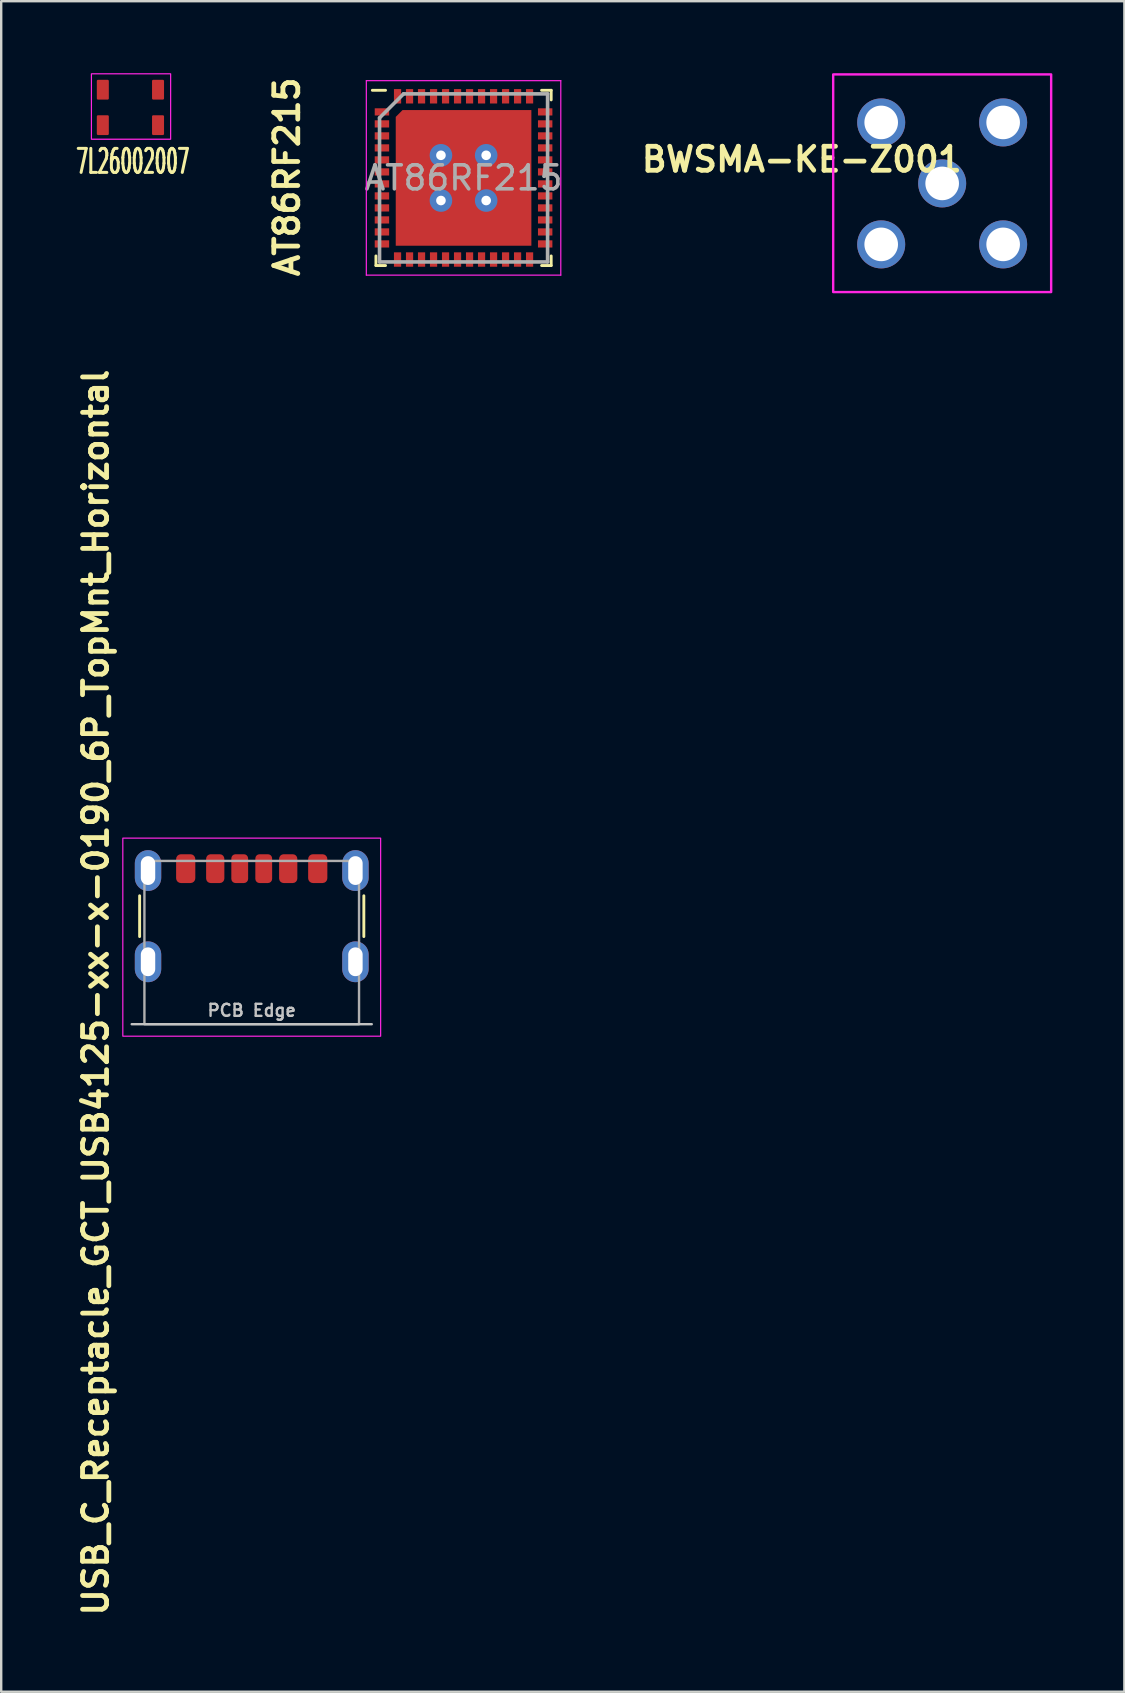
<source format=kicad_pcb>
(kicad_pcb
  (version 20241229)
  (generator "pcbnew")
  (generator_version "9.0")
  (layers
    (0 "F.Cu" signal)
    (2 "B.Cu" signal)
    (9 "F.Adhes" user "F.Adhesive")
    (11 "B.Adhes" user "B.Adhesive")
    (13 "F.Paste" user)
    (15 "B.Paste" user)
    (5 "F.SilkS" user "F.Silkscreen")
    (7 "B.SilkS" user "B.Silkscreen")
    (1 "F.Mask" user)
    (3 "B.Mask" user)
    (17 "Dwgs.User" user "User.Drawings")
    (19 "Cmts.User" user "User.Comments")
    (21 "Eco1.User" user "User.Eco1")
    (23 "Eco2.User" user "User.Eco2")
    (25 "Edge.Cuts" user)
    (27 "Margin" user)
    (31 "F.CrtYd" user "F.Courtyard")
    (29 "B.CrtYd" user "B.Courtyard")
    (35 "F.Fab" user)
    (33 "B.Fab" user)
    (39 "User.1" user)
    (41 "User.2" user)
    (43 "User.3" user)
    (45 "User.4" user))
  (footprint "BWSMA-KE-Z001"
    (layer "F.Cu")
    (at 36.197 4.59)
    (property "Reference" "BWSMA-KE-Z001" (at -5.85 -1 0) (unlocked yes) (layer "F.SilkS") (effects (font (size 1 1) (thickness 0.2) (bold yes))))
    (attr smd)
    (fp_rect (start 4.54 4.525) (end -4.54 -4.54) (stroke (width 0.1) (type default)) (fill no) (layer "F.CrtYd"))
    (pad "1" thru_hole circle (at 0 0) (size 2 2) (drill 1.4) (layers "*.Cu" "*.Mask"))
    (pad "2" thru_hole circle (at -2.54 -2.54) (size 2 2) (drill 1.4) (layers "*.Cu" "*.Mask"))
    (pad "2" thru_hole circle (at -2.54 2.54) (size 2 2) (drill 1.4) (layers "*.Cu" "*.Mask"))
    (pad "2" thru_hole circle (at 2.54 -2.54) (size 2 2) (drill 1.4) (layers "*.Cu" "*.Mask"))
    (pad "2" thru_hole circle (at 2.54 2.54) (size 2 2) (drill 1.4) (layers "*.Cu" "*.Mask")))
  (footprint "USB_C_Receptacle_GCT_USB4125-xx-x-0190_6P_TopMnt_Horizontal"
    (layer "F.Cu")
    (at 7.436 36.214)
    (property "Reference" "USB_C_Receptacle_GCT_USB4125-xx-x-0190_6P_TopMnt_Horizontal" (at -6.5 2.08 90) (unlocked yes) (layer "F.SilkS") (effects (font (size 1 1) (thickness 0.2) (bold yes))))
    (attr smd)
    (fp_line (start -4.67 -0.25) (end -4.67 -1.95) (stroke (width 0.12) (type solid)) (layer "F.SilkS"))
    (fp_line (start 4.67 -0.25) (end 4.67 -1.95) (stroke (width 0.12) (type solid)) (layer "F.SilkS"))
    (fp_line (start 5 3.4) (end -5 3.4) (stroke (width 0.1) (type solid)) (layer "Dwgs.User"))
    (fp_rect (start -5.37 -4.35) (end 5.37 3.9) (stroke (width 0.05) (type solid)) (fill no) (layer "F.CrtYd"))
    (fp_rect (start -4.47 -3.4) (end 4.47 3.4) (stroke (width 0.1) (type solid)) (fill no) (layer "F.Fab"))
    (fp_text user "PCB Edge" (at 0 2.825 0) (unlocked yes) (layer "Dwgs.User") (effects (font (size 0.5 0.5) (thickness 0.1))))
    (pad "A5" smd roundrect (at -0.5 -3.08) (size 0.7 1.2) (layers "F.Cu" "F.Mask" "F.Paste") (roundrect_rratio 0.25))
    (pad "A9" smd roundrect (at 1.52 -3.08 180) (size 0.76 1.2) (layers "F.Cu" "F.Mask" "F.Paste") (roundrect_rratio 0.25))
    (pad "A12" smd roundrect (at 2.75 -3.08 180) (size 0.8 1.2) (layers "F.Cu" "F.Mask" "F.Paste") (roundrect_rratio 0.25))
    (pad "B5" smd roundrect (at 0.5 -3.08 180) (size 0.7 1.2) (layers "F.Cu" "F.Mask" "F.Paste") (roundrect_rratio 0.25))
    (pad "B9" smd roundrect (at -1.52 -3.08) (size 0.76 1.2) (layers "F.Cu" "F.Mask" "F.Paste") (roundrect_rratio 0.25))
    (pad "B12" smd roundrect (at -2.75 -3.08) (size 0.8 1.2) (layers "F.Cu" "F.Mask" "F.Paste") (roundrect_rratio 0.25))
    (pad "S1" thru_hole oval (at -4.32 -3) (size 1.1 1.7) (drill oval 0.6 1.2) (layers "*.Cu" "*.Mask" "F.Paste"))
    (pad "S1" thru_hole oval (at -4.32 0.8) (size 1.1 1.7) (drill oval 0.6 1.2) (layers "*.Cu" "*.Mask" "F.Paste"))
    (pad "S1" thru_hole oval (at 4.32 -3) (size 1.1 1.7) (drill oval 0.6 1.2) (layers "*.Cu" "*.Mask" "F.Paste"))
    (pad "S1" thru_hole oval (at 4.32 0.8) (size 1.1 1.7) (drill oval 0.6 1.2) (layers "*.Cu" "*.Mask" "F.Paste")))
  (footprint "AT86RF215"
    (layer "F.Cu")
    (at 16.26 4.361)
    (property "Reference" "AT86RF215" (at -7.358 -0.042 90) (layer "F.SilkS") (effects (font (size 1 1) (thickness 0.2) (bold yes))))
    (attr smd)
    (fp_line (start -3.65 3.65) (end -3.65 3.25) (stroke (width 0.12) (type default)) (layer "F.SilkS"))
    (fp_line (start -3.25 -3.65) (end -3.8 -3.65) (stroke (width 0.12) (type default)) (layer "F.SilkS"))
    (fp_line (start -3.25 3.65) (end -3.65 3.65) (stroke (width 0.12) (type default)) (layer "F.SilkS"))
    (fp_line (start 3.25 -3.65) (end 3.65 -3.65) (stroke (width 0.12) (type default)) (layer "F.SilkS"))
    (fp_line (start 3.25 3.65) (end 3.65 3.65) (stroke (width 0.12) (type default)) (layer "F.SilkS"))
    (fp_line (start 3.65 -3.65) (end 3.65 -3.25) (stroke (width 0.12) (type default)) (layer "F.SilkS"))
    (fp_line (start 3.65 3.65) (end 3.65 3.25) (stroke (width 0.12) (type default)) (layer "F.SilkS"))
    (fp_line (start -4.05 -4.05) (end 4.05 -4.05) (stroke (width 0.05) (type default)) (layer "F.CrtYd"))
    (fp_line (start -4.05 4.05) (end -4.05 -4.05) (stroke (width 0.05) (type default)) (layer "F.CrtYd"))
    (fp_line (start 4.05 -4.05) (end 4.05 4.05) (stroke (width 0.05) (type default)) (layer "F.CrtYd"))
    (fp_line (start 4.05 4.05) (end -4.05 4.05) (stroke (width 0.05) (type default)) (layer "F.CrtYd"))
    (fp_line (start -3.5 -2.5) (end -3.5 3.5) (stroke (width 0.15) (type default)) (layer "F.Fab"))
    (fp_line (start -3.5 3.5) (end 3.5 3.5) (stroke (width 0.15) (type default)) (layer "F.Fab"))
    (fp_line (start -2.5 -3.5) (end -3.5 -2.5) (stroke (width 0.15) (type default)) (layer "F.Fab"))
    (fp_line (start 3.5 -3.5) (end -2.5 -3.5) (stroke (width 0.15) (type default)) (layer "F.Fab"))
    (fp_line (start 3.5 3.5) (end 3.5 -3.5) (stroke (width 0.15) (type default)) (layer "F.Fab"))
    (fp_text user "${REFERENCE}" (at 0 0 180) (layer "F.Fab") (effects (font (size 1 1) (thickness 0.15))))
    (pad "" smd rect (at -1.883 -1.883) (size 1.133 1.133) (layers "F.Paste"))
    (pad "" smd rect (at -1.883 0) (size 1.133 1.133) (layers "F.Paste"))
    (pad "" smd rect (at -1.883 1.883) (size 1.133 1.133) (layers "F.Paste"))
    (pad "" smd rect (at 0 -1.883) (size 1.133 1.133) (layers "F.Paste"))
    (pad "" smd rect (at 0 0) (size 1.133 1.133) (layers "F.Paste"))
    (pad "" smd rect (at 0 1.883) (size 1.133 1.133) (layers "F.Paste"))
    (pad "" smd rect (at 1.883 -1.883) (size 1.133 1.133) (layers "F.Paste"))
    (pad "" smd rect (at 1.883 0) (size 1.133 1.133) (layers "F.Paste"))
    (pad "" smd rect (at 1.883 1.883) (size 1.133 1.133) (layers "F.Paste"))
    (pad "1" smd rect (at -3.4 -2.75 90) (size 0.3 0.6) (layers "F.Cu" "F.Mask" "F.Paste"))
    (pad "2" smd rect (at -3.4 -2.25 90) (size 0.3 0.6) (layers "F.Cu" "F.Mask" "F.Paste"))
    (pad "3" smd rect (at -3.4 -1.75 90) (size 0.3 0.6) (layers "F.Cu" "F.Mask" "F.Paste"))
    (pad "4" smd rect (at -3.4 -1.25 90) (size 0.3 0.6) (layers "F.Cu" "F.Mask" "F.Paste"))
    (pad "5" smd rect (at -3.4 -0.75 90) (size 0.3 0.6) (layers "F.Cu" "F.Mask" "F.Paste"))
    (pad "6" smd rect (at -3.4 -0.25 90) (size 0.3 0.6) (layers "F.Cu" "F.Mask" "F.Paste"))
    (pad "7" smd rect (at -3.4 0.25 90) (size 0.3 0.6) (layers "F.Cu" "F.Mask" "F.Paste"))
    (pad "8" smd rect (at -3.4 0.75 90) (size 0.3 0.6) (layers "F.Cu" "F.Mask" "F.Paste"))
    (pad "9" smd rect (at -3.4 1.25 90) (size 0.3 0.6) (layers "F.Cu" "F.Mask" "F.Paste"))
    (pad "10" smd rect (at -3.4 1.75 90) (size 0.3 0.6) (layers "F.Cu" "F.Mask" "F.Paste"))
    (pad "11" smd rect (at -3.4 2.25 90) (size 0.3 0.6) (layers "F.Cu" "F.Mask" "F.Paste"))
    (pad "12" smd rect (at -3.4 2.75 90) (size 0.3 0.6) (layers "F.Cu" "F.Mask" "F.Paste"))
    (pad "13" smd rect (at -2.75 3.4) (size 0.3 0.6) (layers "F.Cu" "F.Mask" "F.Paste"))
    (pad "14" smd rect (at -2.25 3.4) (size 0.3 0.6) (layers "F.Cu" "F.Mask" "F.Paste"))
    (pad "15" smd rect (at -1.75 3.4) (size 0.3 0.6) (layers "F.Cu" "F.Mask" "F.Paste"))
    (pad "16" smd rect (at -1.25 3.4) (size 0.3 0.6) (layers "F.Cu" "F.Mask" "F.Paste"))
    (pad "17" smd rect (at -0.75 3.4) (size 0.3 0.6) (layers "F.Cu" "F.Mask" "F.Paste"))
    (pad "18" smd rect (at -0.25 3.4) (size 0.3 0.6) (layers "F.Cu" "F.Mask" "F.Paste"))
    (pad "19" smd rect (at 0.25 3.4) (size 0.3 0.6) (layers "F.Cu" "F.Mask" "F.Paste"))
    (pad "20" smd rect (at 0.75 3.4) (size 0.3 0.6) (layers "F.Cu" "F.Mask" "F.Paste"))
    (pad "21" smd rect (at 1.25 3.4) (size 0.3 0.6) (layers "F.Cu" "F.Mask" "F.Paste"))
    (pad "22" smd rect (at 1.75 3.4) (size 0.3 0.6) (layers "F.Cu" "F.Mask" "F.Paste"))
    (pad "23" smd rect (at 2.25 3.4) (size 0.3 0.6) (layers "F.Cu" "F.Mask" "F.Paste"))
    (pad "24" smd rect (at 2.75 3.4) (size 0.3 0.6) (layers "F.Cu" "F.Mask" "F.Paste"))
    (pad "25" smd rect (at 3.4 2.75 90) (size 0.3 0.6) (layers "F.Cu" "F.Mask" "F.Paste"))
    (pad "26" smd rect (at 3.4 2.25 90) (size 0.3 0.6) (layers "F.Cu" "F.Mask" "F.Paste"))
    (pad "27" smd rect (at 3.4 1.75 90) (size 0.3 0.6) (layers "F.Cu" "F.Mask" "F.Paste"))
    (pad "28" smd rect (at 3.4 1.25 90) (size 0.3 0.6) (layers "F.Cu" "F.Mask" "F.Paste"))
    (pad "29" smd rect (at 3.4 0.75 90) (size 0.3 0.6) (layers "F.Cu" "F.Mask" "F.Paste"))
    (pad "30" smd rect (at 3.4 0.25 90) (size 0.3 0.6) (layers "F.Cu" "F.Mask" "F.Paste"))
    (pad "31" smd rect (at 3.4 -0.25 90) (size 0.3 0.6) (layers "F.Cu" "F.Mask" "F.Paste"))
    (pad "32" smd rect (at 3.4 -0.75 90) (size 0.3 0.6) (layers "F.Cu" "F.Mask" "F.Paste"))
    (pad "33" smd rect (at 3.4 -1.25 90) (size 0.3 0.6) (layers "F.Cu" "F.Mask" "F.Paste"))
    (pad "34" smd rect (at 3.4 -1.75 90) (size 0.3 0.6) (layers "F.Cu" "F.Mask" "F.Paste"))
    (pad "35" smd rect (at 3.4 -2.25 90) (size 0.3 0.6) (layers "F.Cu" "F.Mask" "F.Paste"))
    (pad "36" smd rect (at 3.4 -2.75 90) (size 0.3 0.6) (layers "F.Cu" "F.Mask" "F.Paste"))
    (pad "37" smd rect (at 2.75 -3.4) (size 0.3 0.6) (layers "F.Cu" "F.Mask" "F.Paste"))
    (pad "38" smd rect (at 2.25 -3.4) (size 0.3 0.6) (layers "F.Cu" "F.Mask" "F.Paste"))
    (pad "39" smd rect (at 1.75 -3.4) (size 0.3 0.6) (layers "F.Cu" "F.Mask" "F.Paste"))
    (pad "40" smd rect (at 1.25 -3.4) (size 0.3 0.6) (layers "F.Cu" "F.Mask" "F.Paste"))
    (pad "41" smd rect (at 0.75 -3.4) (size 0.3 0.6) (layers "F.Cu" "F.Mask" "F.Paste"))
    (pad "42" smd rect (at 0.25 -3.4) (size 0.3 0.6) (layers "F.Cu" "F.Mask" "F.Paste"))
    (pad "43" smd rect (at -0.25 -3.4) (size 0.3 0.6) (layers "F.Cu" "F.Mask" "F.Paste"))
    (pad "44" smd rect (at -0.75 -3.4) (size 0.3 0.6) (layers "F.Cu" "F.Mask" "F.Paste"))
    (pad "45" smd rect (at -1.25 -3.4) (size 0.3 0.6) (layers "F.Cu" "F.Mask" "F.Paste"))
    (pad "46" smd rect (at -1.75 -3.4) (size 0.3 0.6) (layers "F.Cu" "F.Mask" "F.Paste"))
    (pad "47" smd rect (at -2.25 -3.4) (size 0.3 0.6) (layers "F.Cu" "F.Mask" "F.Paste"))
    (pad "48" smd rect (at -2.75 -3.4) (size 0.3 0.6) (layers "F.Cu" "F.Mask" "F.Paste"))
    (pad "49" thru_hole circle (at -0.942 -0.942) (size 0.942 0.942) (drill 0.4) (property pad_prop_heatsink) (layers "*.Cu" "*.Mask"))
    (pad "49" thru_hole circle (at -0.942 0.942) (size 0.942 0.942) (drill 0.4) (property pad_prop_heatsink) (layers "*.Cu" "*.Mask"))
    (pad "49" smd roundrect (at 0 0) (size 5.65 5.65) (layers "F.Cu" "F.Mask") (roundrect_rratio 0) (chamfer_ratio 0.05) (chamfer top_left))
    (pad "49" thru_hole circle (at 0.942 -0.942) (size 0.942 0.942) (drill 0.4) (property pad_prop_heatsink) (layers "*.Cu" "*.Mask"))
    (pad "49" thru_hole circle (at 0.942 0.942) (size 0.942 0.942) (drill 0.4) (property pad_prop_heatsink) (layers "*.Cu" "*.Mask")))
  (footprint "7L26002007"
    (layer "F.Cu")
    (at 2.383 1.425)
    (property "Reference" "7L26002007" (at 0.1 2.25 0) (unlocked yes) (layer "F.SilkS") (effects (font (size 1 0.5) (thickness 0.125) (bold yes))))
    (attr smd)
    (fp_rect (start -1.625 -1.4) (end 1.675 1.325) (stroke (width 0.05) (type default)) (fill no) (layer "F.CrtYd"))
    (pad "1" smd roundrect (at -1.15 0.738) (size 0.5 0.825) (layers "F.Cu" "F.Mask" "F.Paste") (roundrect_rratio 0.1))
    (pad "2" smd roundrect (at 1.15 0.738) (size 0.5 0.825) (layers "F.Cu" "F.Mask" "F.Paste") (roundrect_rratio 0.1))
    (pad "3" smd roundrect (at 1.15 -0.738) (size 0.5 0.825) (layers "F.Cu" "F.Mask" "F.Paste") (roundrect_rratio 0.1))
    (pad "4" smd roundrect (at -1.15 -0.738) (size 0.5 0.825) (layers "F.Cu" "F.Mask" "F.Paste") (roundrect_rratio 0.1)))
  (gr_rect
    (start -3 -3)
    (end 43.787 67.422)
    (stroke (width 0.1) (type default))
    (fill no)
    (layer "Edge.Cuts")))
</source>
